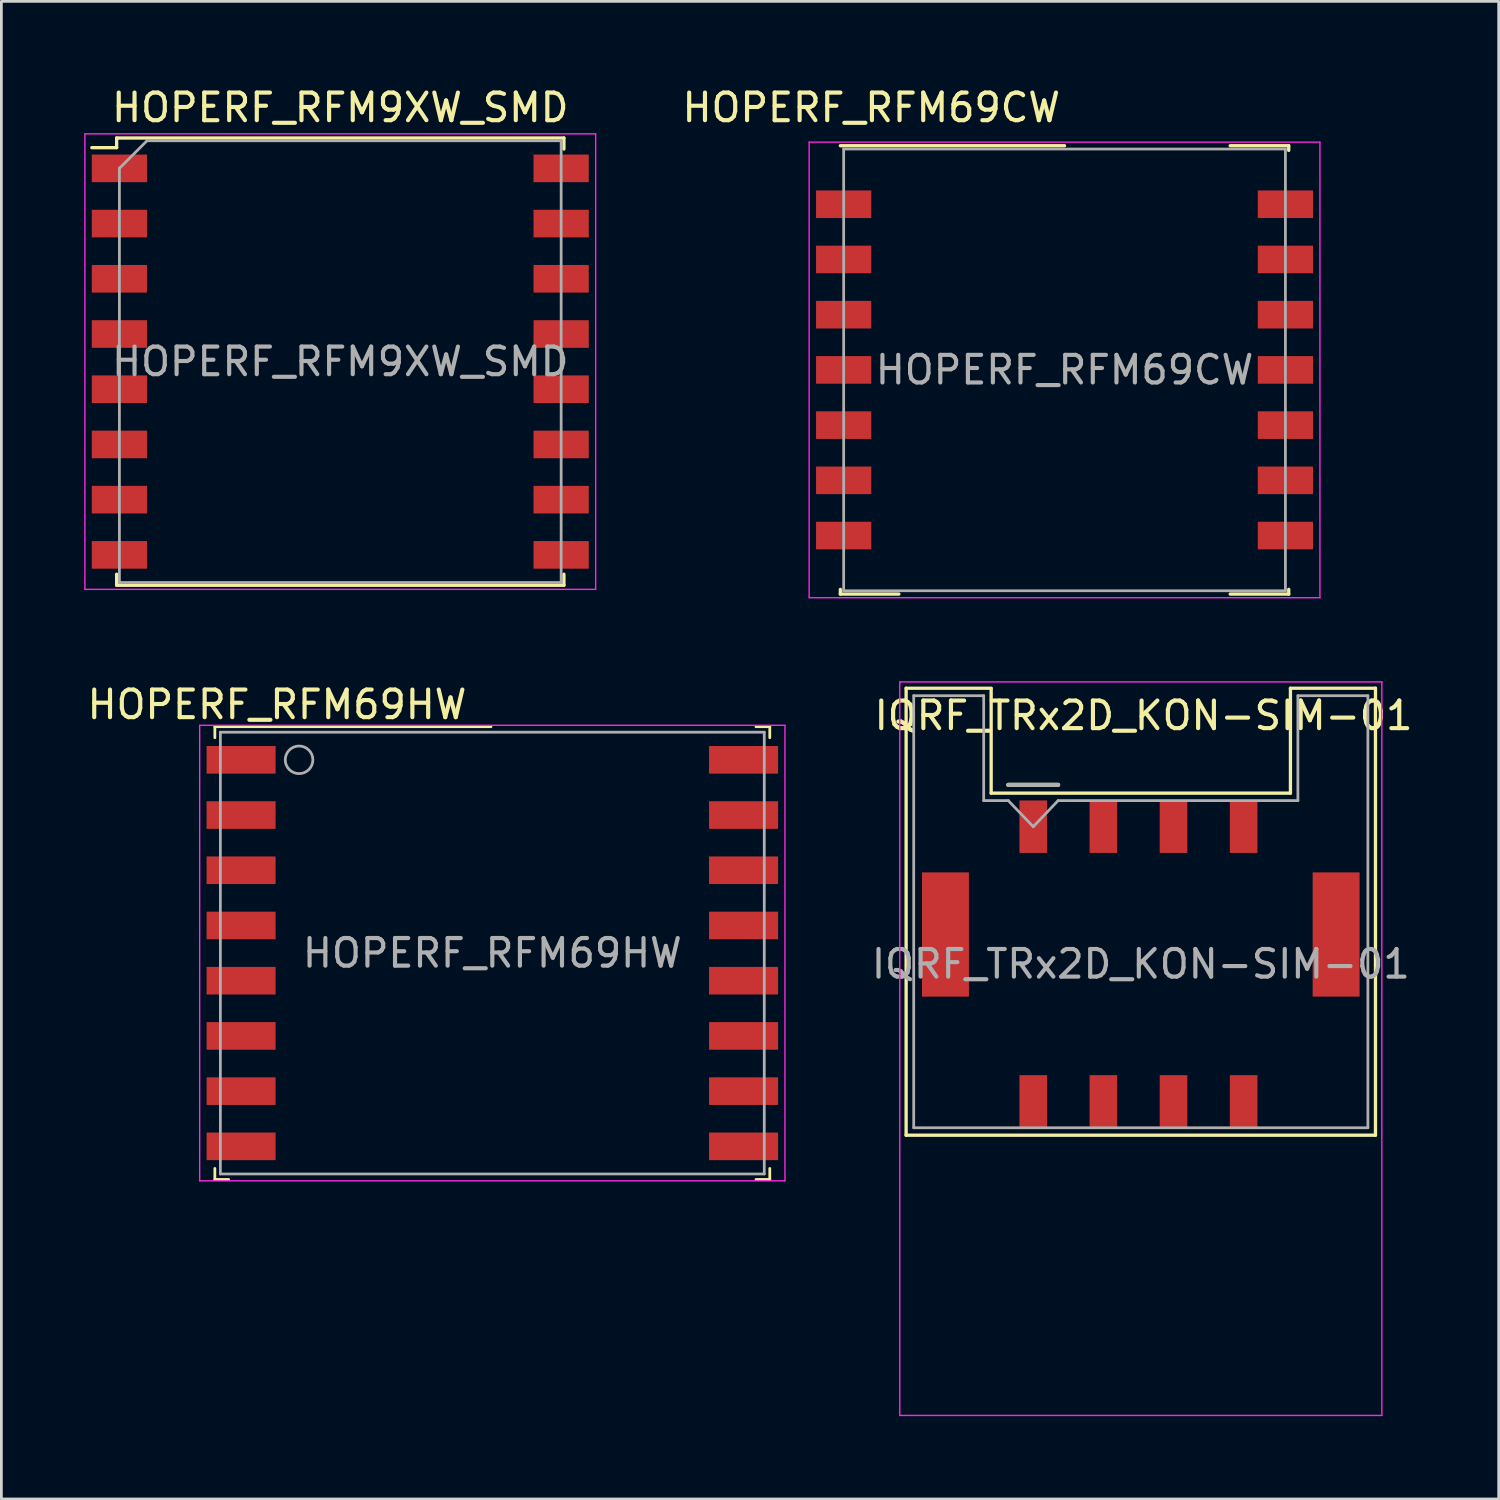
<source format=kicad_pcb>
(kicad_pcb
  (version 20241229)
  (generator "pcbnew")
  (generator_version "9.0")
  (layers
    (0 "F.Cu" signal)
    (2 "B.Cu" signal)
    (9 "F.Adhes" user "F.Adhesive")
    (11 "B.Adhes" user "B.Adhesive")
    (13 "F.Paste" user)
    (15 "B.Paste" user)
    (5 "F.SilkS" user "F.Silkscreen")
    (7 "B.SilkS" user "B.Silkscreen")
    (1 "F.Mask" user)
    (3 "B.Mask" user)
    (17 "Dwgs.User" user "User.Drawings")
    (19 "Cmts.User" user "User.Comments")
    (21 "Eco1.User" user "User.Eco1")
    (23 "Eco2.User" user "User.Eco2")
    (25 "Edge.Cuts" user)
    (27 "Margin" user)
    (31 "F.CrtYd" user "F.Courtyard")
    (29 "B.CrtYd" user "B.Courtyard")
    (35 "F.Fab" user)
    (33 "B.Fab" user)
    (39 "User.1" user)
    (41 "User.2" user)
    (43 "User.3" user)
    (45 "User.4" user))
  (footprint "IQRF_TRx2D_KON-SIM-01"
    (layer "F.Cu")
    (at 38.27 31.868)
    (property "Reference" "IQRF_TRx2D_KON-SIM-01" (at 0.1 -9 0) (layer "F.SilkS") (effects (font (size 1 1) (thickness 0.15))))
    (attr smd)
    (fp_line (start -8.5 -9.99) (end -5.42 -9.99) (stroke (width 0.12) (type solid)) (layer "F.SilkS"))
    (fp_line (start -8.5 6.2) (end -8.5 -9.99) (stroke (width 0.12) (type solid)) (layer "F.SilkS"))
    (fp_line (start -8.5 6.2) (end 8.5 6.2) (stroke (width 0.12) (type solid)) (layer "F.SilkS"))
    (fp_line (start -5.42 -9.98) (end -5.42 -6.19) (stroke (width 0.12) (type solid)) (layer "F.SilkS"))
    (fp_line (start -5.42 -6.19) (end 5.42 -6.19) (stroke (width 0.12) (type solid)) (layer "F.SilkS"))
    (fp_line (start -4.8 -6.49) (end -2.995 -6.49) (stroke (width 0.15) (type solid)) (layer "F.SilkS"))
    (fp_line (start 5.42 -9.99) (end 8.5 -9.99) (stroke (width 0.12) (type solid)) (layer "F.SilkS"))
    (fp_line (start 5.42 -6.19) (end 5.42 -9.99) (stroke (width 0.12) (type solid)) (layer "F.SilkS"))
    (fp_line (start 8.5 6.2) (end 8.5 -9.99) (stroke (width 0.12) (type solid)) (layer "F.SilkS"))
    (fp_line (start -8.73 -10.22) (end 8.73 -10.22) (stroke (width 0.05) (type solid)) (layer "F.CrtYd"))
    (fp_line (start -8.73 16.35) (end -8.73 -10.22) (stroke (width 0.05) (type solid)) (layer "F.CrtYd"))
    (fp_line (start -8.73 16.35) (end 8.73 16.35) (stroke (width 0.05) (type solid)) (layer "F.CrtYd"))
    (fp_line (start 8.73 16.35) (end 8.73 -10.22) (stroke (width 0.05) (type solid)) (layer "F.CrtYd"))
    (fp_line (start -8.225 -9.72) (end -8.225 5.93) (stroke (width 0.1) (type solid)) (layer "F.Fab"))
    (fp_line (start -8.225 -9.72) (end -5.69 -9.72) (stroke (width 0.1) (type solid)) (layer "F.Fab"))
    (fp_line (start -8.225 5.93) (end 8.225 5.93) (stroke (width 0.1) (type solid)) (layer "F.Fab"))
    (fp_line (start -5.69 -9.72) (end -5.69 -5.92) (stroke (width 0.1) (type solid)) (layer "F.Fab"))
    (fp_line (start -5.69 -5.92) (end -4.795 -5.92) (stroke (width 0.1) (type solid)) (layer "F.Fab"))
    (fp_line (start -4.8 -6.49) (end -2.995 -6.49) (stroke (width 0.15) (type solid)) (layer "F.Fab"))
    (fp_line (start -4.8 -5.92) (end -3.895 -4.975) (stroke (width 0.1) (type solid)) (layer "F.Fab"))
    (fp_line (start -3.895 -4.975) (end -2.995 -5.92) (stroke (width 0.1) (type solid)) (layer "F.Fab"))
    (fp_line (start -2.995 -5.92) (end 5.69 -5.92) (stroke (width 0.1) (type solid)) (layer "F.Fab"))
    (fp_line (start 5.69 -9.72) (end 5.69 -5.92) (stroke (width 0.1) (type solid)) (layer "F.Fab"))
    (fp_line (start 5.69 -9.72) (end 8.225 -9.72) (stroke (width 0.1) (type solid)) (layer "F.Fab"))
    (fp_line (start 8.225 5.93) (end 8.225 -9.72) (stroke (width 0.1) (type solid)) (layer "F.Fab"))
    (fp_text user "${REFERENCE}" (at 0 0 0) (layer "F.Fab") (effects (font (size 1 1) (thickness 0.15))))
    (pad "" smd rect (at -7.075 -1.07) (size 1.7 4.5) (layers "F.Cu" "F.Mask" "F.Paste"))
    (pad "" smd rect (at 7.075 -1.07) (size 1.7 4.5) (layers "F.Cu" "F.Mask" "F.Paste"))
    (pad "C1" smd rect (at -3.895 -4.975) (size 1 1.9) (layers "F.Cu" "F.Mask" "F.Paste"))
    (pad "C2" smd rect (at -1.355 -4.975) (size 1 1.9) (layers "F.Cu" "F.Mask" "F.Paste"))
    (pad "C3" smd rect (at 1.185 -4.975) (size 1 1.9) (layers "F.Cu" "F.Mask" "F.Paste"))
    (pad "C4" smd rect (at 3.725 -4.975) (size 1 1.9) (layers "F.Cu" "F.Mask" "F.Paste"))
    (pad "C5" smd rect (at -3.895 4.975) (size 1 1.9) (layers "F.Cu" "F.Mask" "F.Paste"))
    (pad "C6" smd rect (at -1.355 4.975) (size 1 1.9) (layers "F.Cu" "F.Mask" "F.Paste"))
    (pad "C7" smd rect (at 1.185 4.975) (size 1 1.9) (layers "F.Cu" "F.Mask" "F.Paste"))
    (pad "C8" smd rect (at 3.725 4.975) (size 1 1.9) (layers "F.Cu" "F.Mask" "F.Paste")))
  (footprint "HOPERF_RFM69HW"
    (layer "F.Cu")
    (at 14.782 31.471)
    (property "Reference" "HOPERF_RFM69HW" (at -7.8 -9 0) (layer "F.SilkS") (effects (font (size 1 1) (thickness 0.15))))
    (attr smd)
    (fp_line (start -10.05 -8.2) (end -10.05 -7.8) (stroke (width 0.1) (type solid)) (layer "F.SilkS"))
    (fp_line (start -10.05 -8.2) (end -0.05 -8.2) (stroke (width 0.1) (type solid)) (layer "F.SilkS"))
    (fp_line (start -10.05 7.8) (end -10.05 8.2) (stroke (width 0.1) (type solid)) (layer "F.SilkS"))
    (fp_line (start -10.05 8.2) (end -9.55 8.2) (stroke (width 0.1) (type solid)) (layer "F.SilkS"))
    (fp_line (start 9.55 -8.2) (end 10.05 -8.2) (stroke (width 0.1) (type solid)) (layer "F.SilkS"))
    (fp_line (start 9.55 8.2) (end 10.05 8.2) (stroke (width 0.1) (type solid)) (layer "F.SilkS"))
    (fp_line (start 10.05 -8.2) (end 10.05 -7.8) (stroke (width 0.1) (type solid)) (layer "F.SilkS"))
    (fp_line (start 10.05 7.8) (end 10.05 8.2) (stroke (width 0.1) (type solid)) (layer "F.SilkS"))
    (fp_line (start -10.6 -8.25) (end 10.6 -8.25) (stroke (width 0.05) (type solid)) (layer "F.CrtYd"))
    (fp_line (start -10.6 8.25) (end -10.6 -8.25) (stroke (width 0.05) (type solid)) (layer "F.CrtYd"))
    (fp_line (start 10.6 -8.25) (end 10.6 8.25) (stroke (width 0.05) (type solid)) (layer "F.CrtYd"))
    (fp_line (start 10.6 8.25) (end -10.6 8.25) (stroke (width 0.05) (type solid)) (layer "F.CrtYd"))
    (fp_line (start -9.85 -8) (end 9.85 -8) (stroke (width 0.1) (type solid)) (layer "F.Fab"))
    (fp_line (start -9.85 8) (end -9.85 -8) (stroke (width 0.1) (type solid)) (layer "F.Fab"))
    (fp_line (start 9.85 -8) (end 9.85 8) (stroke (width 0.1) (type solid)) (layer "F.Fab"))
    (fp_line (start 9.85 8) (end -9.85 8) (stroke (width 0.1) (type solid)) (layer "F.Fab"))
    (fp_circle (center -7 -7) (end -7.5 -7) (stroke (width 0.1) (type solid)) (fill no) (layer "F.Fab"))
    (fp_text user "${REFERENCE}" (at 0 0 0) (layer "F.Fab") (effects (font (size 1 1) (thickness 0.15))))
    (pad "1" smd rect (at -9.1 -7) (size 2.5 1) (layers "F.Cu" "F.Mask" "F.Paste"))
    (pad "2" smd rect (at -9.1 -5) (size 2.5 1) (layers "F.Cu" "F.Mask" "F.Paste"))
    (pad "3" smd rect (at -9.1 -3) (size 2.5 1) (layers "F.Cu" "F.Mask" "F.Paste"))
    (pad "4" smd rect (at -9.1 -1) (size 2.5 1) (layers "F.Cu" "F.Mask" "F.Paste"))
    (pad "5" smd rect (at -9.1 1) (size 2.5 1) (layers "F.Cu" "F.Mask" "F.Paste"))
    (pad "6" smd rect (at -9.1 3) (size 2.5 1) (layers "F.Cu" "F.Mask" "F.Paste"))
    (pad "7" smd rect (at -9.1 5) (size 2.5 1) (layers "F.Cu" "F.Mask" "F.Paste"))
    (pad "8" smd rect (at -9.1 7) (size 2.5 1) (layers "F.Cu" "F.Mask" "F.Paste"))
    (pad "9" smd rect (at 9.1 7) (size 2.5 1) (layers "F.Cu" "F.Mask" "F.Paste"))
    (pad "10" smd rect (at 9.1 5) (size 2.5 1) (layers "F.Cu" "F.Mask" "F.Paste"))
    (pad "11" smd rect (at 9.1 3) (size 2.5 1) (layers "F.Cu" "F.Mask" "F.Paste"))
    (pad "12" smd rect (at 9.1 1) (size 2.5 1) (layers "F.Cu" "F.Mask" "F.Paste"))
    (pad "13" smd rect (at 9.1 -1) (size 2.5 1) (layers "F.Cu" "F.Mask" "F.Paste"))
    (pad "14" smd rect (at 9.1 -3) (size 2.5 1) (layers "F.Cu" "F.Mask" "F.Paste"))
    (pad "15" smd rect (at 9.1 -5) (size 2.5 1) (layers "F.Cu" "F.Mask" "F.Paste"))
    (pad "16" smd rect (at 9.1 -7) (size 2.5 1) (layers "F.Cu" "F.Mask" "F.Paste")))
  (footprint "HOPERF_RFM9XW_SMD"
    (layer "F.Cu")
    (at 9.275 10.048)
    (property "Reference" "HOPERF_RFM9XW_SMD" (at 0 -9.2 0) (layer "F.SilkS") (effects (font (size 1 1) (thickness 0.15))))
    (attr smd)
    (fp_line (start -8.1 -8.1) (end -8.1 -7.75) (stroke (width 0.12) (type solid)) (layer "F.SilkS"))
    (fp_line (start -8.1 -8.1) (end 8.1 -8.1) (stroke (width 0.12) (type solid)) (layer "F.SilkS"))
    (fp_line (start -8.1 -7.75) (end -9 -7.75) (stroke (width 0.12) (type solid)) (layer "F.SilkS"))
    (fp_line (start -8.1 7.7) (end -8.1 8.1) (stroke (width 0.12) (type solid)) (layer "F.SilkS"))
    (fp_line (start -8.1 8.1) (end 8.1 8.1) (stroke (width 0.12) (type solid)) (layer "F.SilkS"))
    (fp_line (start 8.1 -8.1) (end 8.1 -7.7) (stroke (width 0.12) (type solid)) (layer "F.SilkS"))
    (fp_line (start 8.1 8.1) (end 8.1 7.7) (stroke (width 0.12) (type solid)) (layer "F.SilkS"))
    (fp_line (start -9.25 -8.25) (end 9.25 -8.25) (stroke (width 0.05) (type solid)) (layer "F.CrtYd"))
    (fp_line (start -9.25 8.25) (end -9.25 -8.25) (stroke (width 0.05) (type solid)) (layer "F.CrtYd"))
    (fp_line (start -9.25 8.25) (end 9.25 8.25) (stroke (width 0.05) (type solid)) (layer "F.CrtYd"))
    (fp_line (start 9.25 -8.25) (end 9.25 8.25) (stroke (width 0.05) (type solid)) (layer "F.CrtYd"))
    (fp_line (start -8 8) (end -8 -7) (stroke (width 0.1) (type solid)) (layer "F.Fab"))
    (fp_line (start -8 8) (end 8 8) (stroke (width 0.1) (type solid)) (layer "F.Fab"))
    (fp_line (start -7 -8) (end -8 -7) (stroke (width 0.1) (type solid)) (layer "F.Fab"))
    (fp_line (start -7 -8) (end 8 -8) (stroke (width 0.1) (type solid)) (layer "F.Fab"))
    (fp_line (start 8 8) (end 8 -8) (stroke (width 0.1) (type solid)) (layer "F.Fab"))
    (fp_text user "${REFERENCE}" (at 0 0 0) (layer "F.Fab") (effects (font (size 1 1) (thickness 0.15))))
    (pad "1" smd rect (at -8 -7) (size 2 1) (layers "F.Cu" "F.Mask" "F.Paste"))
    (pad "2" smd rect (at -8 -5) (size 2 1) (layers "F.Cu" "F.Mask" "F.Paste"))
    (pad "3" smd rect (at -8 -3) (size 2 1) (layers "F.Cu" "F.Mask" "F.Paste"))
    (pad "4" smd rect (at -8 -1) (size 2 1) (layers "F.Cu" "F.Mask" "F.Paste"))
    (pad "5" smd rect (at -8 1) (size 2 1) (layers "F.Cu" "F.Mask" "F.Paste"))
    (pad "6" smd rect (at -8 3) (size 2 1) (layers "F.Cu" "F.Mask" "F.Paste"))
    (pad "7" smd rect (at -8 5) (size 2 1) (layers "F.Cu" "F.Mask" "F.Paste"))
    (pad "8" smd rect (at -8 7) (size 2 1) (layers "F.Cu" "F.Mask" "F.Paste"))
    (pad "9" smd rect (at 8 7) (size 2 1) (layers "F.Cu" "F.Mask" "F.Paste"))
    (pad "10" smd rect (at 8 5) (size 2 1) (layers "F.Cu" "F.Mask" "F.Paste"))
    (pad "11" smd rect (at 8 3) (size 2 1) (layers "F.Cu" "F.Mask" "F.Paste"))
    (pad "12" smd rect (at 8 1) (size 2 1) (layers "F.Cu" "F.Mask" "F.Paste"))
    (pad "13" smd rect (at 8 -1) (size 2 1) (layers "F.Cu" "F.Mask" "F.Paste"))
    (pad "14" smd rect (at 8 -3) (size 2 1) (layers "F.Cu" "F.Mask" "F.Paste"))
    (pad "15" smd rect (at 8 -5) (size 2 1) (layers "F.Cu" "F.Mask" "F.Paste"))
    (pad "16" smd rect (at 8 -7) (size 2 1) (layers "F.Cu" "F.Mask" "F.Paste")))
  (footprint "HOPERF_RFM69CW"
    (layer "F.Cu")
    (at 35.508 10.348)
    (property "Reference" "HOPERF_RFM69CW" (at -7 -9.5 0) (layer "F.SilkS") (effects (font (size 1 1) (thickness 0.15))))
    (attr smd)
    (fp_line (start -8.12 -8.12) (end 0 -8.12) (stroke (width 0.12) (type solid)) (layer "F.SilkS"))
    (fp_line (start -8.12 8.12) (end -8.12 7.95) (stroke (width 0.12) (type solid)) (layer "F.SilkS"))
    (fp_line (start -8.12 8.12) (end -6 8.12) (stroke (width 0.12) (type solid)) (layer "F.SilkS"))
    (fp_line (start 6 -8.12) (end 8.12 -8.12) (stroke (width 0.12) (type solid)) (layer "F.SilkS"))
    (fp_line (start 6 8.12) (end 8.12 8.12) (stroke (width 0.12) (type solid)) (layer "F.SilkS"))
    (fp_line (start 8.12 -8.12) (end 8.12 -7.95) (stroke (width 0.12) (type solid)) (layer "F.SilkS"))
    (fp_line (start 8.12 8.12) (end 8.12 7.95) (stroke (width 0.12) (type solid)) (layer "F.SilkS"))
    (fp_line (start -9.25 -8.25) (end 9.25 -8.25) (stroke (width 0.05) (type solid)) (layer "F.CrtYd"))
    (fp_line (start -9.25 8.25) (end -9.25 -8.25) (stroke (width 0.05) (type solid)) (layer "F.CrtYd"))
    (fp_line (start -9.25 8.25) (end 9.25 8.25) (stroke (width 0.05) (type solid)) (layer "F.CrtYd"))
    (fp_line (start 9.25 -8.25) (end 9.25 8.25) (stroke (width 0.05) (type solid)) (layer "F.CrtYd"))
    (fp_line (start -8 -8) (end 8 -8) (stroke (width 0.1) (type solid)) (layer "F.Fab"))
    (fp_line (start -8 8) (end -8 -8) (stroke (width 0.1) (type solid)) (layer "F.Fab"))
    (fp_line (start -8 8) (end 8 8) (stroke (width 0.1) (type solid)) (layer "F.Fab"))
    (fp_line (start 8 8) (end 8 -8) (stroke (width 0.1) (type solid)) (layer "F.Fab"))
    (fp_text user "${REFERENCE}" (at 0 0 0) (layer "F.Fab") (effects (font (size 1 1) (thickness 0.15))))
    (pad "1" smd rect (at -8 -6) (size 2 1) (layers "F.Cu" "F.Mask" "F.Paste"))
    (pad "2" smd rect (at -8 -4) (size 2 1) (layers "F.Cu" "F.Mask" "F.Paste"))
    (pad "3" smd rect (at -8 -2) (size 2 1) (layers "F.Cu" "F.Mask" "F.Paste"))
    (pad "4" smd rect (at -8 0) (size 2 1) (layers "F.Cu" "F.Mask" "F.Paste"))
    (pad "5" smd rect (at -8 2) (size 2 1) (layers "F.Cu" "F.Mask" "F.Paste"))
    (pad "6" smd rect (at -8 4) (size 2 1) (layers "F.Cu" "F.Mask" "F.Paste"))
    (pad "7" smd rect (at -8 6) (size 2 1) (layers "F.Cu" "F.Mask" "F.Paste"))
    (pad "8" smd rect (at 8 6) (size 2 1) (layers "F.Cu" "F.Mask" "F.Paste"))
    (pad "9" smd rect (at 8 4) (size 2 1) (layers "F.Cu" "F.Mask" "F.Paste"))
    (pad "10" smd rect (at 8 2) (size 2 1) (layers "F.Cu" "F.Mask" "F.Paste"))
    (pad "11" smd rect (at 8 0) (size 2 1) (layers "F.Cu" "F.Mask" "F.Paste"))
    (pad "12" smd rect (at 8 -2) (size 2 1) (layers "F.Cu" "F.Mask" "F.Paste"))
    (pad "13" smd rect (at 8 -4) (size 2 1) (layers "F.Cu" "F.Mask" "F.Paste"))
    (pad "14" smd rect (at 8 -6) (size 2 1) (layers "F.Cu" "F.Mask" "F.Paste")))
  (gr_rect
    (start -3 -3)
    (end 51.233 51.243)
    (stroke (width 0.1) (type default))
    (fill no)
    (layer "Edge.Cuts")))
</source>
